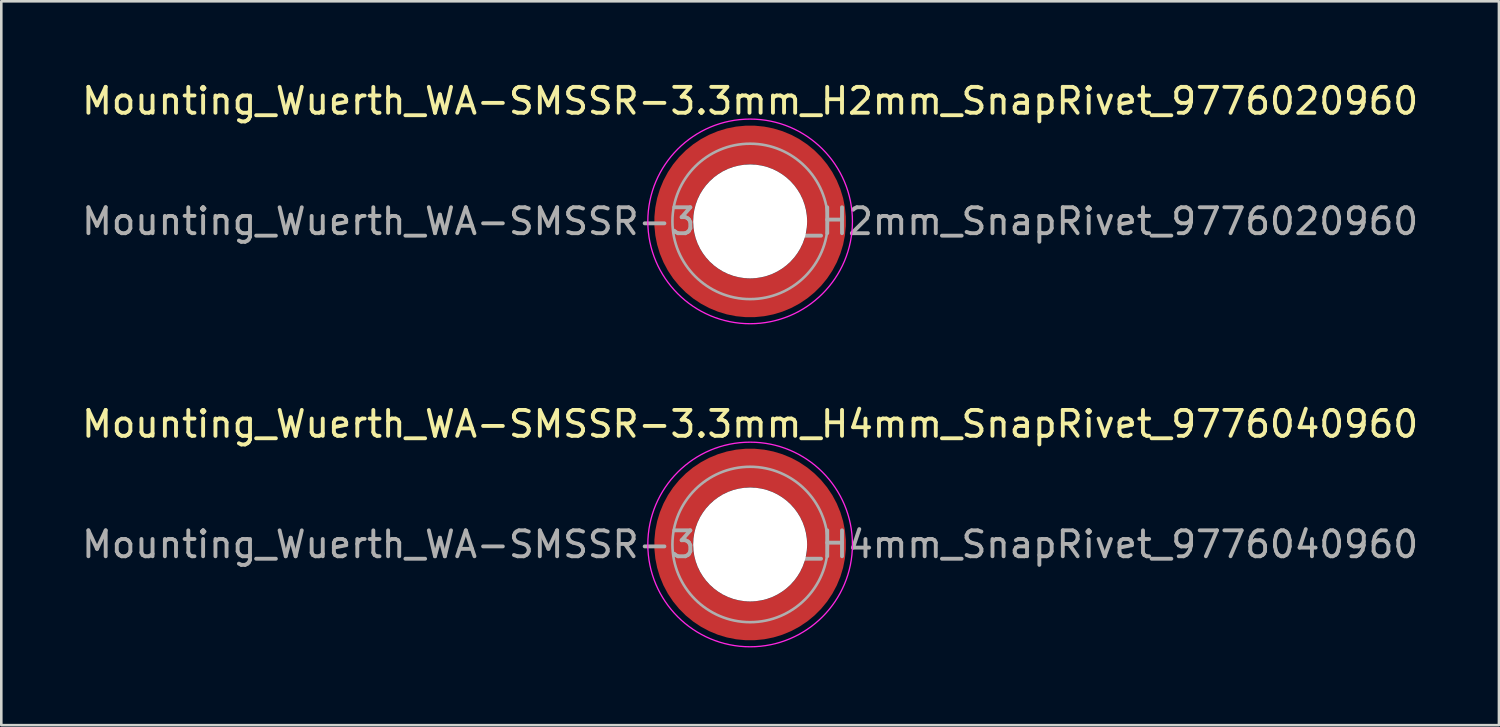
<source format=kicad_pcb>
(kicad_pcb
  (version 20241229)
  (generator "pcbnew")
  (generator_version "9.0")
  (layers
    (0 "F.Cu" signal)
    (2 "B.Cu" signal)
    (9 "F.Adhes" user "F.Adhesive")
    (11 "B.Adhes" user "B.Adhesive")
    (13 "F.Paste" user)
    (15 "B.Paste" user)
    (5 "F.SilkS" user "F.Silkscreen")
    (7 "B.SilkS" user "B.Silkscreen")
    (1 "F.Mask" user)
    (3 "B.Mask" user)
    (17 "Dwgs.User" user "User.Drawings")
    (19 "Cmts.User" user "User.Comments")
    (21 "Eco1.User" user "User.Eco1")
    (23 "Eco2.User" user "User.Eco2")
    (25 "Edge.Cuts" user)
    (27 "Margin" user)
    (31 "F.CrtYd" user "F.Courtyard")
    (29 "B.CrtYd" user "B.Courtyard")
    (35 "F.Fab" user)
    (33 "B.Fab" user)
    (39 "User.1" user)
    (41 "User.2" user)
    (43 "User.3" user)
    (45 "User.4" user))
  (footprint "Mounting_Wuerth_WA-SMSSR-3.3mm_H2mm_SnapRivet_9776020960"
    (layer "F.Cu")
    (at 25.911 5.498)
    (property "Reference" "Mounting_Wuerth_WA-SMSSR-3.3mm_H2mm_SnapRivet_9776020960" (at 0 -4.65 0) (layer "F.SilkS") (effects (font (size 1 1) (thickness 0.15))))
    (property "Mouser Part no." "" (at 0 0 0) (layer "F.Fab") (effects (font (size 1.27 1.27) (thickness 0.15))))
    (property "Mouser link" "" (at 0 0 0) (layer "F.Fab") (effects (font (size 1.27 1.27) (thickness 0.15))))
    (attr smd)
    (fp_circle (center 0 0) (end 3.95 0) (stroke (width 0.05) (type solid)) (fill no) (layer "F.CrtYd"))
    (fp_circle (center 0 0) (end 3 0) (stroke (width 0.1) (type solid)) (fill no) (layer "F.Fab"))
    (fp_text user "${REFERENCE}" (at 0 0 0) (layer "F.Fab") (effects (font (size 1 1) (thickness 0.15))))
    (pad "" smd custom (at -2.077 -2.077) (size 0.995 0.995) (layers "F.Paste") (options (anchor circle)) (primitives (gr_arc (start -0.208831 1.577126) (mid 0.422144 0.422848) (end 1.576154 -0.208618) (width 0.2)) (gr_arc (start -0.310669 1.577126) (mid 0.35138 0.352781) (end 1.575188 -0.310262) (width 0.2)) (gr_arc (start -0.412325 1.577126) (mid 0.280305 0.283024) (end 1.573357 -0.411565) (width 0.2)) (gr_arc (start -0.51382 1.577126) (mid 0.210358 0.212139) (end 1.574653 -0.513342) (width 0.2)) (gr_arc (start -0.615172 1.577126) (mid 0.139846 0.141818) (end 1.574384 -0.614661) (width 0.2)) (gr_arc (start -0.716397 1.577126) (mid 0.070334 0.070498) (end 1.576898 -0.716356) (width 0.2)) (gr_arc (start -0.817508 1.577126) (mid -0.001805 0.001806) (end 1.572094 -0.816634) (width 0.2)) (gr_arc (start -0.918517 1.577126) (mid -0.071322 -0.06951) (end 1.574599 -0.918094) (width 0.2)) (gr_arc (start -1.019433 1.577126) (mid -0.141902 -0.139762) (end 1.574138 -1.018949) (width 0.2)) (gr_arc (start -1.120266 1.577126) (mid -0.211736 -0.210761) (end 1.575763 -1.120053) (width 0.2)) (gr_arc (start -1.221022 1.577126) (mid -0.282882 -0.280446) (end 1.57372 -1.220504) (width 0.2)) (gr_arc (start -1.32171 1.577126) (mid -0.353407 -0.350753) (end 1.573414 -1.321162) (width 0.2)) (gr_arc (start -1.422335 1.577126) (mid -0.423311 -0.421682) (end 1.574846 -1.422009) (width 0.2)) (gr_line (start 1.577 -0.209) (end 1.577 -1.422) (width 0.2)) (gr_line (start -0.209 1.577) (end -1.422 1.577) (width 0.2))))
    (pad "" smd custom (at -2.077 2.077) (size 0.995 0.995) (layers "F.Paste") (options (anchor circle)) (primitives (gr_arc (start 1.577126 0.208831) (mid 0.422848 -0.422144) (end -0.208618 -1.576154) (width 0.2)) (gr_arc (start 1.577126 0.310669) (mid 0.352781 -0.35138) (end -0.310262 -1.575188) (width 0.2)) (gr_arc (start 1.577126 0.412325) (mid 0.283024 -0.280305) (end -0.411565 -1.573357) (width 0.2)) (gr_arc (start 1.577126 0.51382) (mid 0.212139 -0.210358) (end -0.513342 -1.574653) (width 0.2)) (gr_arc (start 1.577126 0.615172) (mid 0.141818 -0.139846) (end -0.614661 -1.574384) (width 0.2)) (gr_arc (start 1.577126 0.716397) (mid 0.070498 -0.070334) (end -0.716356 -1.576898) (width 0.2)) (gr_arc (start 1.577126 0.817508) (mid 0.001806 0.001805) (end -0.816634 -1.572094) (width 0.2)) (gr_arc (start 1.577126 0.918517) (mid -0.06951 0.071322) (end -0.918094 -1.574599) (width 0.2)) (gr_arc (start 1.577126 1.019433) (mid -0.139762 0.141902) (end -1.018949 -1.574138) (width 0.2)) (gr_arc (start 1.577126 1.120266) (mid -0.210761 0.211736) (end -1.120053 -1.575763) (width 0.2)) (gr_arc (start 1.577126 1.221022) (mid -0.280446 0.282882) (end -1.220504 -1.57372) (width 0.2)) (gr_arc (start 1.577126 1.32171) (mid -0.350753 0.353407) (end -1.321162 -1.573414) (width 0.2)) (gr_arc (start 1.577126 1.422335) (mid -0.421682 0.423311) (end -1.422009 -1.574846) (width 0.2)) (gr_line (start -0.209 -1.577) (end -1.422 -1.577) (width 0.2)) (gr_line (start 1.577 0.209) (end 1.577 1.422) (width 0.2))))
    (pad "" np_thru_hole circle (at 0 0) (size 4.4 4.4) (drill 4.4) (layers "*.Cu" "*.Mask"))
    (pad "" smd custom (at 2.077 -2.077) (size 0.995 0.995) (layers "F.Paste") (options (anchor circle)) (primitives (gr_arc (start -1.577126 -0.208831) (mid -0.422848 0.422144) (end 0.208618 1.576154) (width 0.2)) (gr_arc (start -1.577126 -0.310669) (mid -0.352781 0.35138) (end 0.310262 1.575188) (width 0.2)) (gr_arc (start -1.577126 -0.412325) (mid -0.283024 0.280305) (end 0.411565 1.573357) (width 0.2)) (gr_arc (start -1.577126 -0.51382) (mid -0.212139 0.210358) (end 0.513342 1.574653) (width 0.2)) (gr_arc (start -1.577126 -0.615172) (mid -0.141818 0.139846) (end 0.614661 1.574384) (width 0.2)) (gr_arc (start -1.577126 -0.716397) (mid -0.070498 0.070334) (end 0.716356 1.576898) (width 0.2)) (gr_arc (start -1.577126 -0.817508) (mid -0.001806 -0.001805) (end 0.816634 1.572094) (width 0.2)) (gr_arc (start -1.577126 -0.918517) (mid 0.06951 -0.071322) (end 0.918094 1.574599) (width 0.2)) (gr_arc (start -1.577126 -1.019433) (mid 0.139762 -0.141902) (end 1.018949 1.574138) (width 0.2)) (gr_arc (start -1.577126 -1.120266) (mid 0.210761 -0.211736) (end 1.120053 1.575763) (width 0.2)) (gr_arc (start -1.577126 -1.221022) (mid 0.280446 -0.282882) (end 1.220504 1.57372) (width 0.2)) (gr_arc (start -1.577126 -1.32171) (mid 0.350753 -0.353407) (end 1.321162 1.573414) (width 0.2)) (gr_arc (start -1.577126 -1.422335) (mid 0.421682 -0.423311) (end 1.422009 1.574846) (width 0.2)) (gr_line (start 0.209 1.577) (end 1.422 1.577) (width 0.2)) (gr_line (start -1.577 -0.209) (end -1.577 -1.422) (width 0.2))))
    (pad "" smd custom (at 2.077 2.077) (size 0.995 0.995) (layers "F.Paste") (options (anchor circle)) (primitives (gr_arc (start 0.208831 -1.577126) (mid -0.422144 -0.422848) (end -1.576154 0.208618) (width 0.2)) (gr_arc (start 0.310669 -1.577126) (mid -0.35138 -0.352781) (end -1.575188 0.310262) (width 0.2)) (gr_arc (start 0.412325 -1.577126) (mid -0.280305 -0.283024) (end -1.573357 0.411565) (width 0.2)) (gr_arc (start 0.51382 -1.577126) (mid -0.210358 -0.212139) (end -1.574653 0.513342) (width 0.2)) (gr_arc (start 0.615172 -1.577126) (mid -0.139846 -0.141818) (end -1.574384 0.614661) (width 0.2)) (gr_arc (start 0.716397 -1.577126) (mid -0.070334 -0.070498) (end -1.576898 0.716356) (width 0.2)) (gr_arc (start 0.817508 -1.577126) (mid 0.001805 -0.001806) (end -1.572094 0.816634) (width 0.2)) (gr_arc (start 0.918517 -1.577126) (mid 0.071322 0.06951) (end -1.574599 0.918094) (width 0.2)) (gr_arc (start 1.019433 -1.577126) (mid 0.141902 0.139762) (end -1.574138 1.018949) (width 0.2)) (gr_arc (start 1.120266 -1.577126) (mid 0.211736 0.210761) (end -1.575763 1.120053) (width 0.2)) (gr_arc (start 1.221022 -1.577126) (mid 0.282882 0.280446) (end -1.57372 1.220504) (width 0.2)) (gr_arc (start 1.32171 -1.577126) (mid 0.353407 0.350753) (end -1.573414 1.321162) (width 0.2)) (gr_arc (start 1.422335 -1.577126) (mid 0.423311 0.421682) (end -1.574846 1.422009) (width 0.2)) (gr_line (start -1.577 0.209) (end -1.577 1.422) (width 0.2)) (gr_line (start 0.209 -1.577) (end 1.422 -1.577) (width 0.2))))
    (pad "1" smd circle (at -2.95 0) (size 1.1 1.1) (layers "F.Cu"))
    (pad "1" smd circle (at 0 -2.95) (size 1.1 1.1) (layers "F.Cu"))
    (pad "1" smd circle (at 0 2.95) (size 1.1 1.1) (layers "F.Cu"))
    (pad "1" smd custom (at 2.95 0) (size 1.1 1.1) (layers "F.Cu" "F.Mask") (options (anchor circle)) (primitives (gr_circle (center -2.95 0) (end 0 0) (width 1.5) (fill no)))))
  (footprint "Mounting_Wuerth_WA-SMSSR-3.3mm_H4mm_SnapRivet_9776040960"
    (layer "F.Cu")
    (at 25.911 17.971)
    (property "Reference" "Mounting_Wuerth_WA-SMSSR-3.3mm_H4mm_SnapRivet_9776040960" (at 0 -4.65 0) (layer "F.SilkS") (effects (font (size 1 1) (thickness 0.15))))
    (property "Mouser Part no." "" (at 0 0 0) (layer "F.Fab") (effects (font (size 1.27 1.27) (thickness 0.15))))
    (property "Mouser link" "" (at 0 0 0) (layer "F.Fab") (effects (font (size 1.27 1.27) (thickness 0.15))))
    (attr smd)
    (fp_circle (center 0 0) (end 3.95 0) (stroke (width 0.05) (type solid)) (fill no) (layer "F.CrtYd"))
    (fp_circle (center 0 0) (end 3 0) (stroke (width 0.1) (type solid)) (fill no) (layer "F.Fab"))
    (fp_text user "${REFERENCE}" (at 0 0 0) (layer "F.Fab") (effects (font (size 1 1) (thickness 0.15))))
    (pad "" smd custom (at -2.077 -2.077) (size 0.995 0.995) (layers "F.Paste") (options (anchor circle)) (primitives (gr_arc (start -0.208831 1.577126) (mid 0.422144 0.422848) (end 1.576154 -0.208618) (width 0.2)) (gr_arc (start -0.310669 1.577126) (mid 0.35138 0.352781) (end 1.575188 -0.310262) (width 0.2)) (gr_arc (start -0.412325 1.577126) (mid 0.280305 0.283024) (end 1.573357 -0.411565) (width 0.2)) (gr_arc (start -0.51382 1.577126) (mid 0.210358 0.212139) (end 1.574653 -0.513342) (width 0.2)) (gr_arc (start -0.615172 1.577126) (mid 0.139846 0.141818) (end 1.574384 -0.614661) (width 0.2)) (gr_arc (start -0.716397 1.577126) (mid 0.070334 0.070498) (end 1.576898 -0.716356) (width 0.2)) (gr_arc (start -0.817508 1.577126) (mid -0.001805 0.001806) (end 1.572094 -0.816634) (width 0.2)) (gr_arc (start -0.918517 1.577126) (mid -0.071322 -0.06951) (end 1.574599 -0.918094) (width 0.2)) (gr_arc (start -1.019433 1.577126) (mid -0.141902 -0.139762) (end 1.574138 -1.018949) (width 0.2)) (gr_arc (start -1.120266 1.577126) (mid -0.211736 -0.210761) (end 1.575763 -1.120053) (width 0.2)) (gr_arc (start -1.221022 1.577126) (mid -0.282882 -0.280446) (end 1.57372 -1.220504) (width 0.2)) (gr_arc (start -1.32171 1.577126) (mid -0.353407 -0.350753) (end 1.573414 -1.321162) (width 0.2)) (gr_arc (start -1.422335 1.577126) (mid -0.423311 -0.421682) (end 1.574846 -1.422009) (width 0.2)) (gr_line (start 1.577 -0.209) (end 1.577 -1.422) (width 0.2)) (gr_line (start -0.209 1.577) (end -1.422 1.577) (width 0.2))))
    (pad "" smd custom (at -2.077 2.077) (size 0.995 0.995) (layers "F.Paste") (options (anchor circle)) (primitives (gr_arc (start 1.577126 0.208831) (mid 0.422848 -0.422144) (end -0.208618 -1.576154) (width 0.2)) (gr_arc (start 1.577126 0.310669) (mid 0.352781 -0.35138) (end -0.310262 -1.575188) (width 0.2)) (gr_arc (start 1.577126 0.412325) (mid 0.283024 -0.280305) (end -0.411565 -1.573357) (width 0.2)) (gr_arc (start 1.577126 0.51382) (mid 0.212139 -0.210358) (end -0.513342 -1.574653) (width 0.2)) (gr_arc (start 1.577126 0.615172) (mid 0.141818 -0.139846) (end -0.614661 -1.574384) (width 0.2)) (gr_arc (start 1.577126 0.716397) (mid 0.070498 -0.070334) (end -0.716356 -1.576898) (width 0.2)) (gr_arc (start 1.577126 0.817508) (mid 0.001806 0.001805) (end -0.816634 -1.572094) (width 0.2)) (gr_arc (start 1.577126 0.918517) (mid -0.06951 0.071322) (end -0.918094 -1.574599) (width 0.2)) (gr_arc (start 1.577126 1.019433) (mid -0.139762 0.141902) (end -1.018949 -1.574138) (width 0.2)) (gr_arc (start 1.577126 1.120266) (mid -0.210761 0.211736) (end -1.120053 -1.575763) (width 0.2)) (gr_arc (start 1.577126 1.221022) (mid -0.280446 0.282882) (end -1.220504 -1.57372) (width 0.2)) (gr_arc (start 1.577126 1.32171) (mid -0.350753 0.353407) (end -1.321162 -1.573414) (width 0.2)) (gr_arc (start 1.577126 1.422335) (mid -0.421682 0.423311) (end -1.422009 -1.574846) (width 0.2)) (gr_line (start -0.209 -1.577) (end -1.422 -1.577) (width 0.2)) (gr_line (start 1.577 0.209) (end 1.577 1.422) (width 0.2))))
    (pad "" np_thru_hole circle (at 0 0) (size 4.4 4.4) (drill 4.4) (layers "*.Cu" "*.Mask"))
    (pad "" smd custom (at 2.077 -2.077) (size 0.995 0.995) (layers "F.Paste") (options (anchor circle)) (primitives (gr_arc (start -1.577126 -0.208831) (mid -0.422848 0.422144) (end 0.208618 1.576154) (width 0.2)) (gr_arc (start -1.577126 -0.310669) (mid -0.352781 0.35138) (end 0.310262 1.575188) (width 0.2)) (gr_arc (start -1.577126 -0.412325) (mid -0.283024 0.280305) (end 0.411565 1.573357) (width 0.2)) (gr_arc (start -1.577126 -0.51382) (mid -0.212139 0.210358) (end 0.513342 1.574653) (width 0.2)) (gr_arc (start -1.577126 -0.615172) (mid -0.141818 0.139846) (end 0.614661 1.574384) (width 0.2)) (gr_arc (start -1.577126 -0.716397) (mid -0.070498 0.070334) (end 0.716356 1.576898) (width 0.2)) (gr_arc (start -1.577126 -0.817508) (mid -0.001806 -0.001805) (end 0.816634 1.572094) (width 0.2)) (gr_arc (start -1.577126 -0.918517) (mid 0.06951 -0.071322) (end 0.918094 1.574599) (width 0.2)) (gr_arc (start -1.577126 -1.019433) (mid 0.139762 -0.141902) (end 1.018949 1.574138) (width 0.2)) (gr_arc (start -1.577126 -1.120266) (mid 0.210761 -0.211736) (end 1.120053 1.575763) (width 0.2)) (gr_arc (start -1.577126 -1.221022) (mid 0.280446 -0.282882) (end 1.220504 1.57372) (width 0.2)) (gr_arc (start -1.577126 -1.32171) (mid 0.350753 -0.353407) (end 1.321162 1.573414) (width 0.2)) (gr_arc (start -1.577126 -1.422335) (mid 0.421682 -0.423311) (end 1.422009 1.574846) (width 0.2)) (gr_line (start 0.209 1.577) (end 1.422 1.577) (width 0.2)) (gr_line (start -1.577 -0.209) (end -1.577 -1.422) (width 0.2))))
    (pad "" smd custom (at 2.077 2.077) (size 0.995 0.995) (layers "F.Paste") (options (anchor circle)) (primitives (gr_arc (start 0.208831 -1.577126) (mid -0.422144 -0.422848) (end -1.576154 0.208618) (width 0.2)) (gr_arc (start 0.310669 -1.577126) (mid -0.35138 -0.352781) (end -1.575188 0.310262) (width 0.2)) (gr_arc (start 0.412325 -1.577126) (mid -0.280305 -0.283024) (end -1.573357 0.411565) (width 0.2)) (gr_arc (start 0.51382 -1.577126) (mid -0.210358 -0.212139) (end -1.574653 0.513342) (width 0.2)) (gr_arc (start 0.615172 -1.577126) (mid -0.139846 -0.141818) (end -1.574384 0.614661) (width 0.2)) (gr_arc (start 0.716397 -1.577126) (mid -0.070334 -0.070498) (end -1.576898 0.716356) (width 0.2)) (gr_arc (start 0.817508 -1.577126) (mid 0.001805 -0.001806) (end -1.572094 0.816634) (width 0.2)) (gr_arc (start 0.918517 -1.577126) (mid 0.071322 0.06951) (end -1.574599 0.918094) (width 0.2)) (gr_arc (start 1.019433 -1.577126) (mid 0.141902 0.139762) (end -1.574138 1.018949) (width 0.2)) (gr_arc (start 1.120266 -1.577126) (mid 0.211736 0.210761) (end -1.575763 1.120053) (width 0.2)) (gr_arc (start 1.221022 -1.577126) (mid 0.282882 0.280446) (end -1.57372 1.220504) (width 0.2)) (gr_arc (start 1.32171 -1.577126) (mid 0.353407 0.350753) (end -1.573414 1.321162) (width 0.2)) (gr_arc (start 1.422335 -1.577126) (mid 0.423311 0.421682) (end -1.574846 1.422009) (width 0.2)) (gr_line (start -1.577 0.209) (end -1.577 1.422) (width 0.2)) (gr_line (start 0.209 -1.577) (end 1.422 -1.577) (width 0.2))))
    (pad "1" smd circle (at -2.95 0) (size 1.1 1.1) (layers "F.Cu"))
    (pad "1" smd circle (at 0 -2.95) (size 1.1 1.1) (layers "F.Cu"))
    (pad "1" smd circle (at 0 2.95) (size 1.1 1.1) (layers "F.Cu"))
    (pad "1" smd custom (at 2.95 0) (size 1.1 1.1) (layers "F.Cu" "F.Mask") (options (anchor circle)) (primitives (gr_circle (center -2.95 0) (end 0 0) (width 1.5) (fill no)))))
  (gr_rect
    (start -3 -3)
    (end 54.821 24.947)
    (stroke (width 0.1) (type default))
    (fill no)
    (layer "Edge.Cuts")))
</source>
